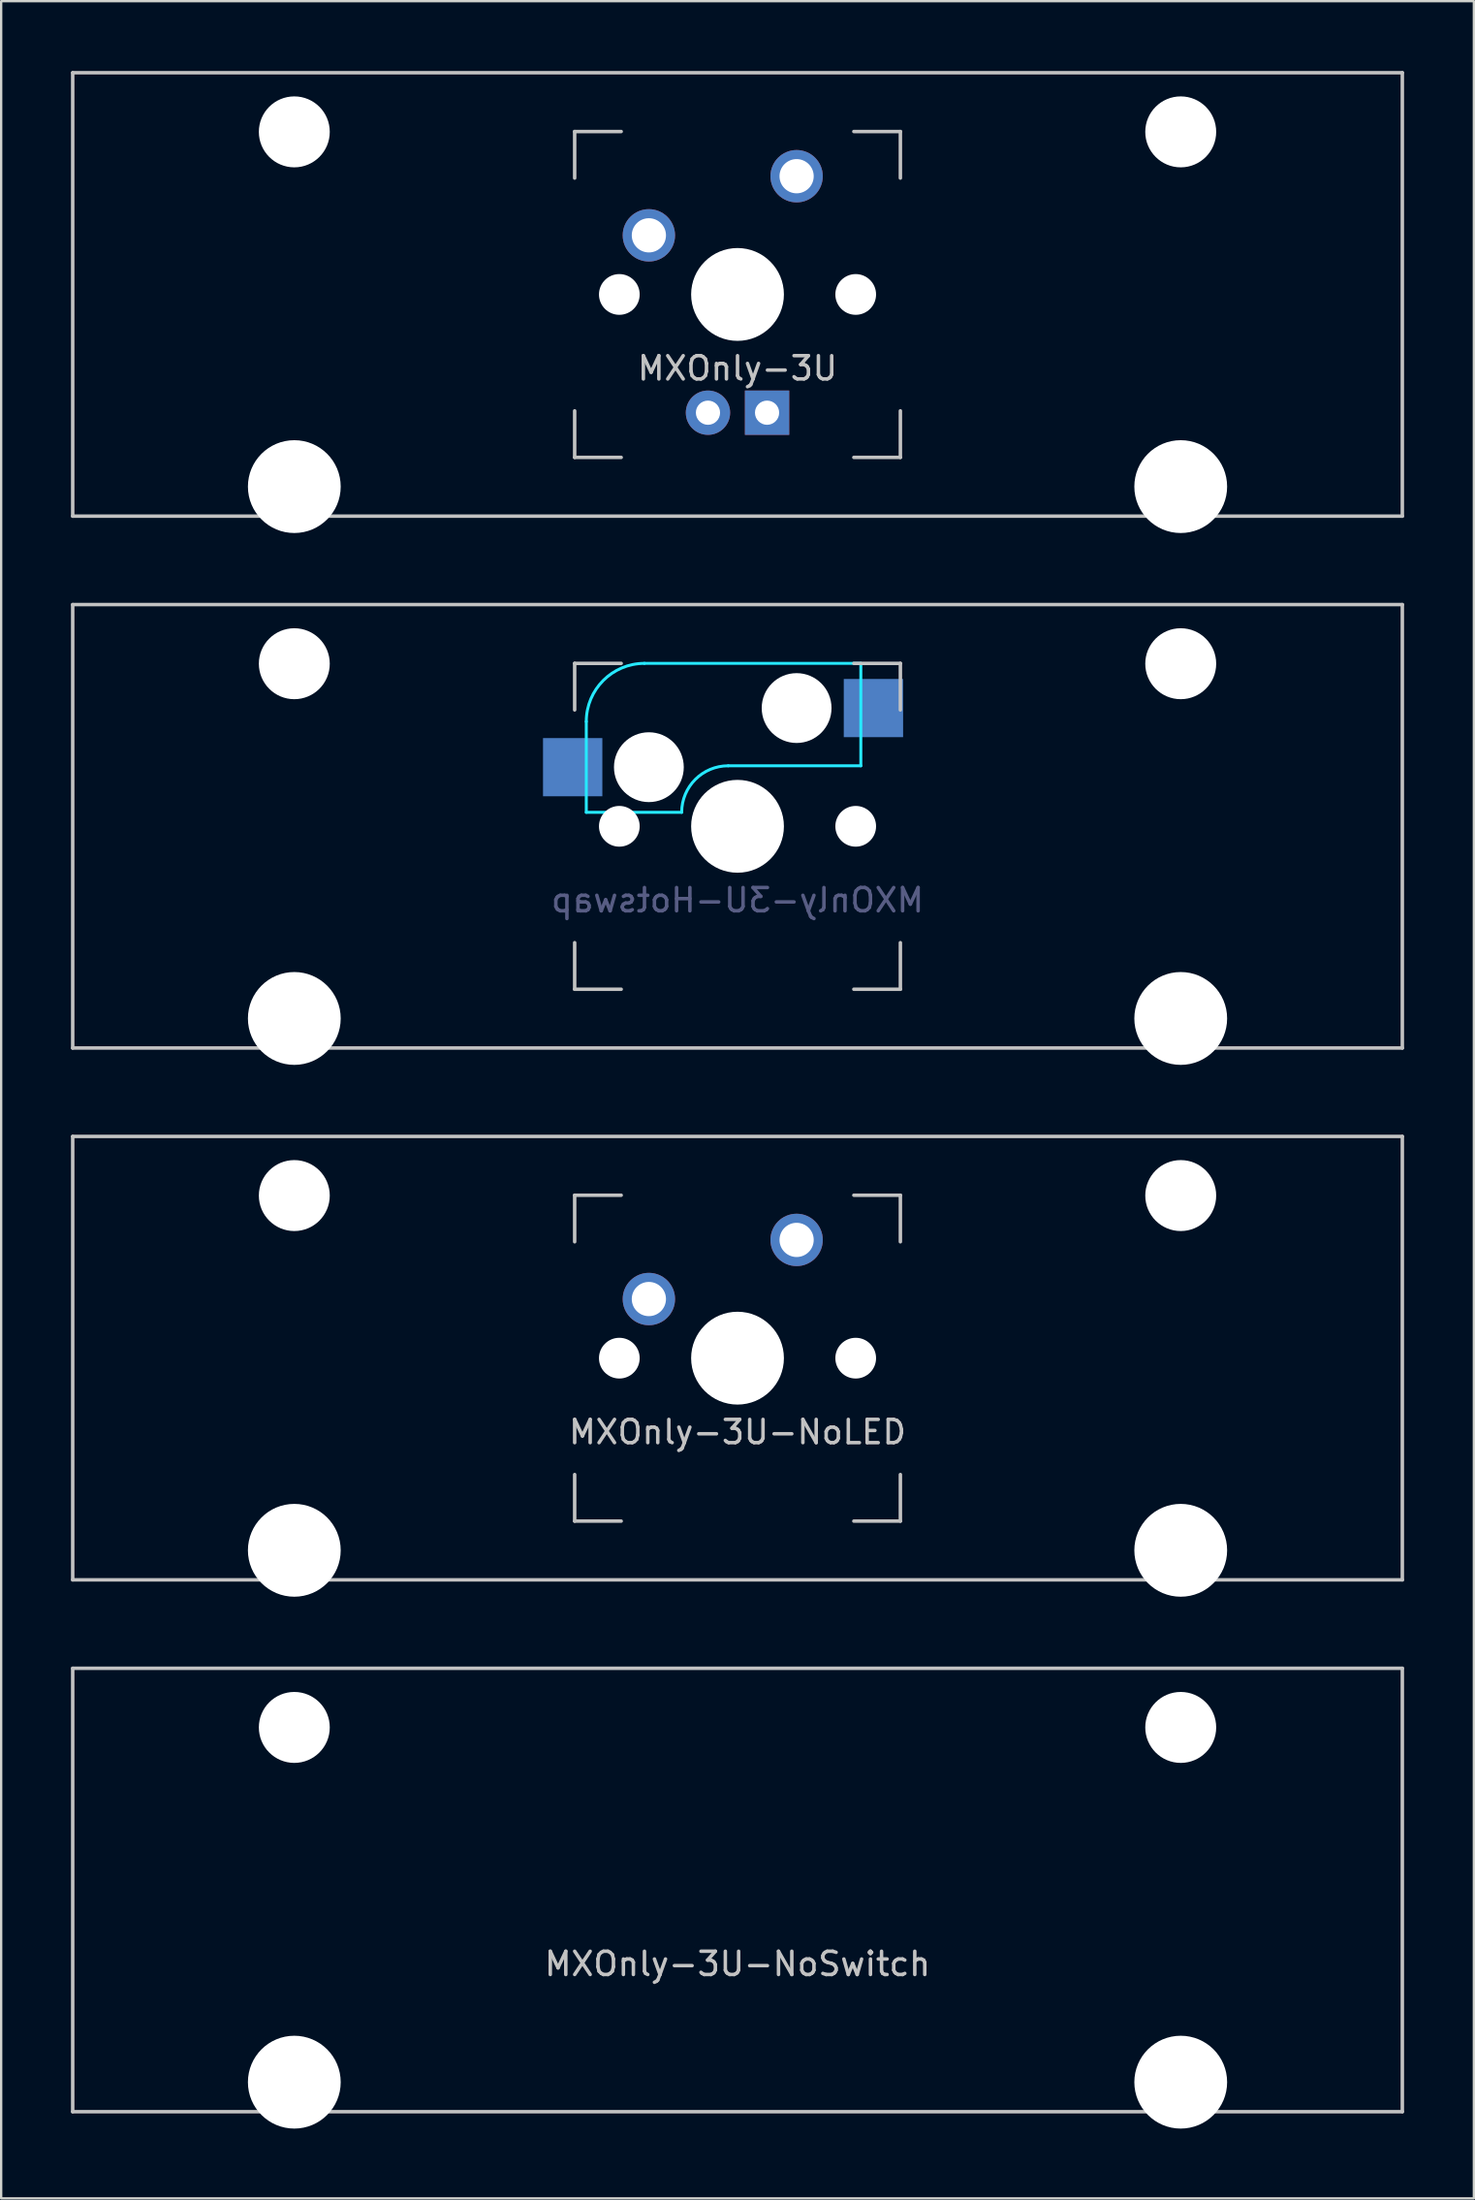
<source format=kicad_pcb>
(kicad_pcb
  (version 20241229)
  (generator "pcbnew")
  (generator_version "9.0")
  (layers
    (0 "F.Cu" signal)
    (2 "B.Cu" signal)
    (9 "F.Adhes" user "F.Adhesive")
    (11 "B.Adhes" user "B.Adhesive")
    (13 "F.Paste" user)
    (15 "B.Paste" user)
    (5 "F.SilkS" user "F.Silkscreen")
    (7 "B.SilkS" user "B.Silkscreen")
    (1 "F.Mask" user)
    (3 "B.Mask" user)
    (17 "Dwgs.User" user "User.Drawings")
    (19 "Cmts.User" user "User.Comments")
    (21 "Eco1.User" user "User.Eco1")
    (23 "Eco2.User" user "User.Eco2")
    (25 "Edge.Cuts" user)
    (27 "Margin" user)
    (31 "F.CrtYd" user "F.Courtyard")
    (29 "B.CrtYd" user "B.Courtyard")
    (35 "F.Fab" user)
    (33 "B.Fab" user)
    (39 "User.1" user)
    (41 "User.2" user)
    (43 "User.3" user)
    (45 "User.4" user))
  (footprint "MXOnly-3U-NoLED"
    (layer "F.Cu")
    (at 28.65 55.298)
    (property "Reference" "MXOnly-3U-NoLED" (at 0 3.175 0) (layer "Dwgs.User") (effects (font (size 1 1) (thickness 0.15))))
    (attr through_hole)
    (fp_line (start -28.575 -9.525) (end 28.575 -9.525) (stroke (width 0.15) (type solid)) (layer "Dwgs.User"))
    (fp_line (start -28.575 9.525) (end -28.575 -9.525) (stroke (width 0.15) (type solid)) (layer "Dwgs.User"))
    (fp_line (start -28.575 9.525) (end 28.575 9.525) (stroke (width 0.15) (type solid)) (layer "Dwgs.User"))
    (fp_line (start -7 -7) (end -7 -5) (stroke (width 0.15) (type solid)) (layer "Dwgs.User"))
    (fp_line (start -7 5) (end -7 7) (stroke (width 0.15) (type solid)) (layer "Dwgs.User"))
    (fp_line (start -7 7) (end -5 7) (stroke (width 0.15) (type solid)) (layer "Dwgs.User"))
    (fp_line (start -5 -7) (end -7 -7) (stroke (width 0.15) (type solid)) (layer "Dwgs.User"))
    (fp_line (start 5 -7) (end 7 -7) (stroke (width 0.15) (type solid)) (layer "Dwgs.User"))
    (fp_line (start 5 7) (end 7 7) (stroke (width 0.15) (type solid)) (layer "Dwgs.User"))
    (fp_line (start 7 -7) (end 7 -5) (stroke (width 0.15) (type solid)) (layer "Dwgs.User"))
    (fp_line (start 7 7) (end 7 5) (stroke (width 0.15) (type solid)) (layer "Dwgs.User"))
    (fp_line (start 28.575 -9.525) (end 28.575 9.525) (stroke (width 0.15) (type solid)) (layer "Dwgs.User"))
    (pad "" np_thru_hole circle (at -19.05 -6.985) (size 3.048 3.048) (drill 3.048) (layers "*.Cu" "*.Mask"))
    (pad "" np_thru_hole circle (at -19.05 8.255) (size 3.988 3.988) (drill 3.988) (layers "*.Cu" "*.Mask"))
    (pad "" np_thru_hole circle (at -5.08 0 48.1) (size 1.75 1.75) (drill 1.75) (layers "*.Cu" "*.Mask"))
    (pad "" np_thru_hole circle (at 0 0) (size 3.988 3.988) (drill 3.988) (layers "*.Cu" "*.Mask"))
    (pad "" np_thru_hole circle (at 5.08 0 48.1) (size 1.75 1.75) (drill 1.75) (layers "*.Cu" "*.Mask"))
    (pad "" np_thru_hole circle (at 19.05 -6.985) (size 3.048 3.048) (drill 3.048) (layers "*.Cu" "*.Mask"))
    (pad "" np_thru_hole circle (at 19.05 8.255) (size 3.988 3.988) (drill 3.988) (layers "*.Cu" "*.Mask"))
    (pad "1" thru_hole circle (at -3.81 -2.54 48.1) (size 2.25 2.25) (drill 1.47) (layers "*.Cu" "B.Mask"))
    (pad "2" thru_hole circle (at 2.54 -5.08) (size 2.25 2.25) (drill 1.47) (layers "*.Cu" "B.Mask")))
  (footprint "MXOnly-3U-Hotswap"
    (layer "F.Cu")
    (at 28.65 32.449)
    (property "Reference" "MXOnly-3U-Hotswap" (at 0 3.175 0) (layer "B.Fab") (effects (font (size 1 1) (thickness 0.15)) (justify mirror)))
    (attr through_hole)
    (fp_line (start -28.575 -9.525) (end 28.575 -9.525) (stroke (width 0.15) (type solid)) (layer "Dwgs.User"))
    (fp_line (start -28.575 9.525) (end -28.575 -9.525) (stroke (width 0.15) (type solid)) (layer "Dwgs.User"))
    (fp_line (start -28.575 9.525) (end 28.575 9.525) (stroke (width 0.15) (type solid)) (layer "Dwgs.User"))
    (fp_line (start -7 -7) (end -7 -5) (stroke (width 0.15) (type solid)) (layer "Dwgs.User"))
    (fp_line (start -7 5) (end -7 7) (stroke (width 0.15) (type solid)) (layer "Dwgs.User"))
    (fp_line (start -7 7) (end -5 7) (stroke (width 0.15) (type solid)) (layer "Dwgs.User"))
    (fp_line (start -5 -7) (end -7 -7) (stroke (width 0.15) (type solid)) (layer "Dwgs.User"))
    (fp_line (start 5 -7) (end 7 -7) (stroke (width 0.15) (type solid)) (layer "Dwgs.User"))
    (fp_line (start 5 7) (end 7 7) (stroke (width 0.15) (type solid)) (layer "Dwgs.User"))
    (fp_line (start 7 -7) (end 7 -5) (stroke (width 0.15) (type solid)) (layer "Dwgs.User"))
    (fp_line (start 7 7) (end 7 5) (stroke (width 0.15) (type solid)) (layer "Dwgs.User"))
    (fp_line (start 28.575 -9.525) (end 28.575 9.525) (stroke (width 0.15) (type solid)) (layer "Dwgs.User"))
    (fp_line (start -6.5 -4.5) (end -6.5 -0.6) (stroke (width 0.127) (type solid)) (layer "B.CrtYd"))
    (fp_line (start -6.5 -0.6) (end -2.4 -0.6) (stroke (width 0.127) (type solid)) (layer "B.CrtYd"))
    (fp_line (start -0.4 -2.6) (end 5.3 -2.6) (stroke (width 0.127) (type solid)) (layer "B.CrtYd"))
    (fp_line (start 5.3 -7) (end -4 -7) (stroke (width 0.127) (type solid)) (layer "B.CrtYd"))
    (fp_line (start 5.3 -7) (end 5.3 -2.6) (stroke (width 0.127) (type solid)) (layer "B.CrtYd"))
    (fp_arc (start -6.5 -4.5) (mid -5.767767 -6.267767) (end -4 -7) (stroke (width 0.127) (type solid)) (layer "B.CrtYd"))
    (fp_arc (start -2.4 -0.6) (mid -1.814214 -2.014214) (end -0.4 -2.6) (stroke (width 0.127) (type solid)) (layer "B.CrtYd"))
    (pad "" np_thru_hole circle (at -19.05 -6.985) (size 3.048 3.048) (drill 3.048) (layers "*.Cu" "*.Mask"))
    (pad "" np_thru_hole circle (at -19.05 8.255) (size 3.988 3.988) (drill 3.988) (layers "*.Cu" "*.Mask"))
    (pad "" np_thru_hole circle (at -5.08 0 48.1) (size 1.75 1.75) (drill 1.75) (layers "*.Cu" "*.Mask"))
    (pad "" np_thru_hole circle (at -3.81 -2.54) (size 3 3) (drill 3) (layers "*.Cu" "*.Mask"))
    (pad "" np_thru_hole circle (at 0 0) (size 3.988 3.988) (drill 3.988) (layers "*.Cu" "*.Mask"))
    (pad "" np_thru_hole circle (at 2.54 -5.08) (size 3 3) (drill 3) (layers "*.Cu" "*.Mask"))
    (pad "" np_thru_hole circle (at 5.08 0 48.1) (size 1.75 1.75) (drill 1.75) (layers "*.Cu" "*.Mask"))
    (pad "" np_thru_hole circle (at 19.05 -6.985) (size 3.048 3.048) (drill 3.048) (layers "*.Cu" "*.Mask"))
    (pad "" np_thru_hole circle (at 19.05 8.255) (size 3.988 3.988) (drill 3.988) (layers "*.Cu" "*.Mask"))
    (pad "1" smd rect (at -7.085 -2.54) (size 2.55 2.5) (layers "B.Cu" "B.Mask" "B.Paste"))
    (pad "2" smd rect (at 5.842 -5.08) (size 2.55 2.5) (layers "B.Cu" "B.Mask" "B.Paste")))
  (footprint "MXOnly-3U"
    (layer "F.Cu")
    (at 28.65 9.6)
    (property "Reference" "MXOnly-3U" (at 0 3.175 0) (layer "Dwgs.User") (effects (font (size 1 1) (thickness 0.15))))
    (attr through_hole)
    (fp_line (start -28.575 -9.525) (end 28.575 -9.525) (stroke (width 0.15) (type solid)) (layer "Dwgs.User"))
    (fp_line (start -28.575 9.525) (end -28.575 -9.525) (stroke (width 0.15) (type solid)) (layer "Dwgs.User"))
    (fp_line (start -28.575 9.525) (end 28.575 9.525) (stroke (width 0.15) (type solid)) (layer "Dwgs.User"))
    (fp_line (start -7 -7) (end -7 -5) (stroke (width 0.15) (type solid)) (layer "Dwgs.User"))
    (fp_line (start -7 5) (end -7 7) (stroke (width 0.15) (type solid)) (layer "Dwgs.User"))
    (fp_line (start -7 7) (end -5 7) (stroke (width 0.15) (type solid)) (layer "Dwgs.User"))
    (fp_line (start -5 -7) (end -7 -7) (stroke (width 0.15) (type solid)) (layer "Dwgs.User"))
    (fp_line (start 5 -7) (end 7 -7) (stroke (width 0.15) (type solid)) (layer "Dwgs.User"))
    (fp_line (start 5 7) (end 7 7) (stroke (width 0.15) (type solid)) (layer "Dwgs.User"))
    (fp_line (start 7 -7) (end 7 -5) (stroke (width 0.15) (type solid)) (layer "Dwgs.User"))
    (fp_line (start 7 7) (end 7 5) (stroke (width 0.15) (type solid)) (layer "Dwgs.User"))
    (fp_line (start 28.575 -9.525) (end 28.575 9.525) (stroke (width 0.15) (type solid)) (layer "Dwgs.User"))
    (pad "" np_thru_hole circle (at -19.05 -6.985) (size 3.048 3.048) (drill 3.048) (layers "*.Cu" "*.Mask"))
    (pad "" np_thru_hole circle (at -19.05 8.255) (size 3.988 3.988) (drill 3.988) (layers "*.Cu" "*.Mask"))
    (pad "" np_thru_hole circle (at -5.08 0 48.1) (size 1.75 1.75) (drill 1.75) (layers "*.Cu" "*.Mask"))
    (pad "" np_thru_hole circle (at 0 0) (size 3.988 3.988) (drill 3.988) (layers "*.Cu" "*.Mask"))
    (pad "" np_thru_hole circle (at 5.08 0 48.1) (size 1.75 1.75) (drill 1.75) (layers "*.Cu" "*.Mask"))
    (pad "" np_thru_hole circle (at 19.05 -6.985) (size 3.048 3.048) (drill 3.048) (layers "*.Cu" "*.Mask"))
    (pad "" np_thru_hole circle (at 19.05 8.255) (size 3.988 3.988) (drill 3.988) (layers "*.Cu" "*.Mask"))
    (pad "1" thru_hole circle (at -3.81 -2.54 48.1) (size 2.25 2.25) (drill 1.47) (layers "*.Cu" "B.Mask"))
    (pad "2" thru_hole circle (at 2.54 -5.08) (size 2.25 2.25) (drill 1.47) (layers "*.Cu" "B.Mask"))
    (pad "3" thru_hole circle (at -1.27 5.08) (size 1.905 1.905) (drill 1.04) (layers "*.Cu" "B.Mask"))
    (pad "4" thru_hole rect (at 1.27 5.08) (size 1.905 1.905) (drill 1.04) (layers "*.Cu" "B.Mask")))
  (footprint "MXOnly-3U-NoSwitch"
    (layer "F.Cu")
    (at 28.65 78.147)
    (property "Reference" "MXOnly-3U-NoSwitch" (at 0 3.175 0) (layer "Dwgs.User") (effects (font (size 1 1) (thickness 0.15))))
    (attr through_hole)
    (fp_line (start -28.575 -9.525) (end 28.575 -9.525) (stroke (width 0.15) (type solid)) (layer "Dwgs.User"))
    (fp_line (start -28.575 9.525) (end -28.575 -9.525) (stroke (width 0.15) (type solid)) (layer "Dwgs.User"))
    (fp_line (start -28.575 9.525) (end 28.575 9.525) (stroke (width 0.15) (type solid)) (layer "Dwgs.User"))
    (fp_line (start 28.575 -9.525) (end 28.575 9.525) (stroke (width 0.15) (type solid)) (layer "Dwgs.User"))
    (pad "" np_thru_hole circle (at -19.05 -6.985) (size 3.048 3.048) (drill 3.048) (layers "*.Cu" "*.Mask"))
    (pad "" np_thru_hole circle (at -19.05 8.255) (size 3.988 3.988) (drill 3.988) (layers "*.Cu" "*.Mask"))
    (pad "" np_thru_hole circle (at 19.05 -6.985) (size 3.048 3.048) (drill 3.048) (layers "*.Cu" "*.Mask"))
    (pad "" np_thru_hole circle (at 19.05 8.255) (size 3.988 3.988) (drill 3.988) (layers "*.Cu" "*.Mask")))
  (gr_rect
    (start -3 -3)
    (end 60.3 91.396)
    (stroke (width 0.1) (type default))
    (fill no)
    (layer "Edge.Cuts")))
</source>
